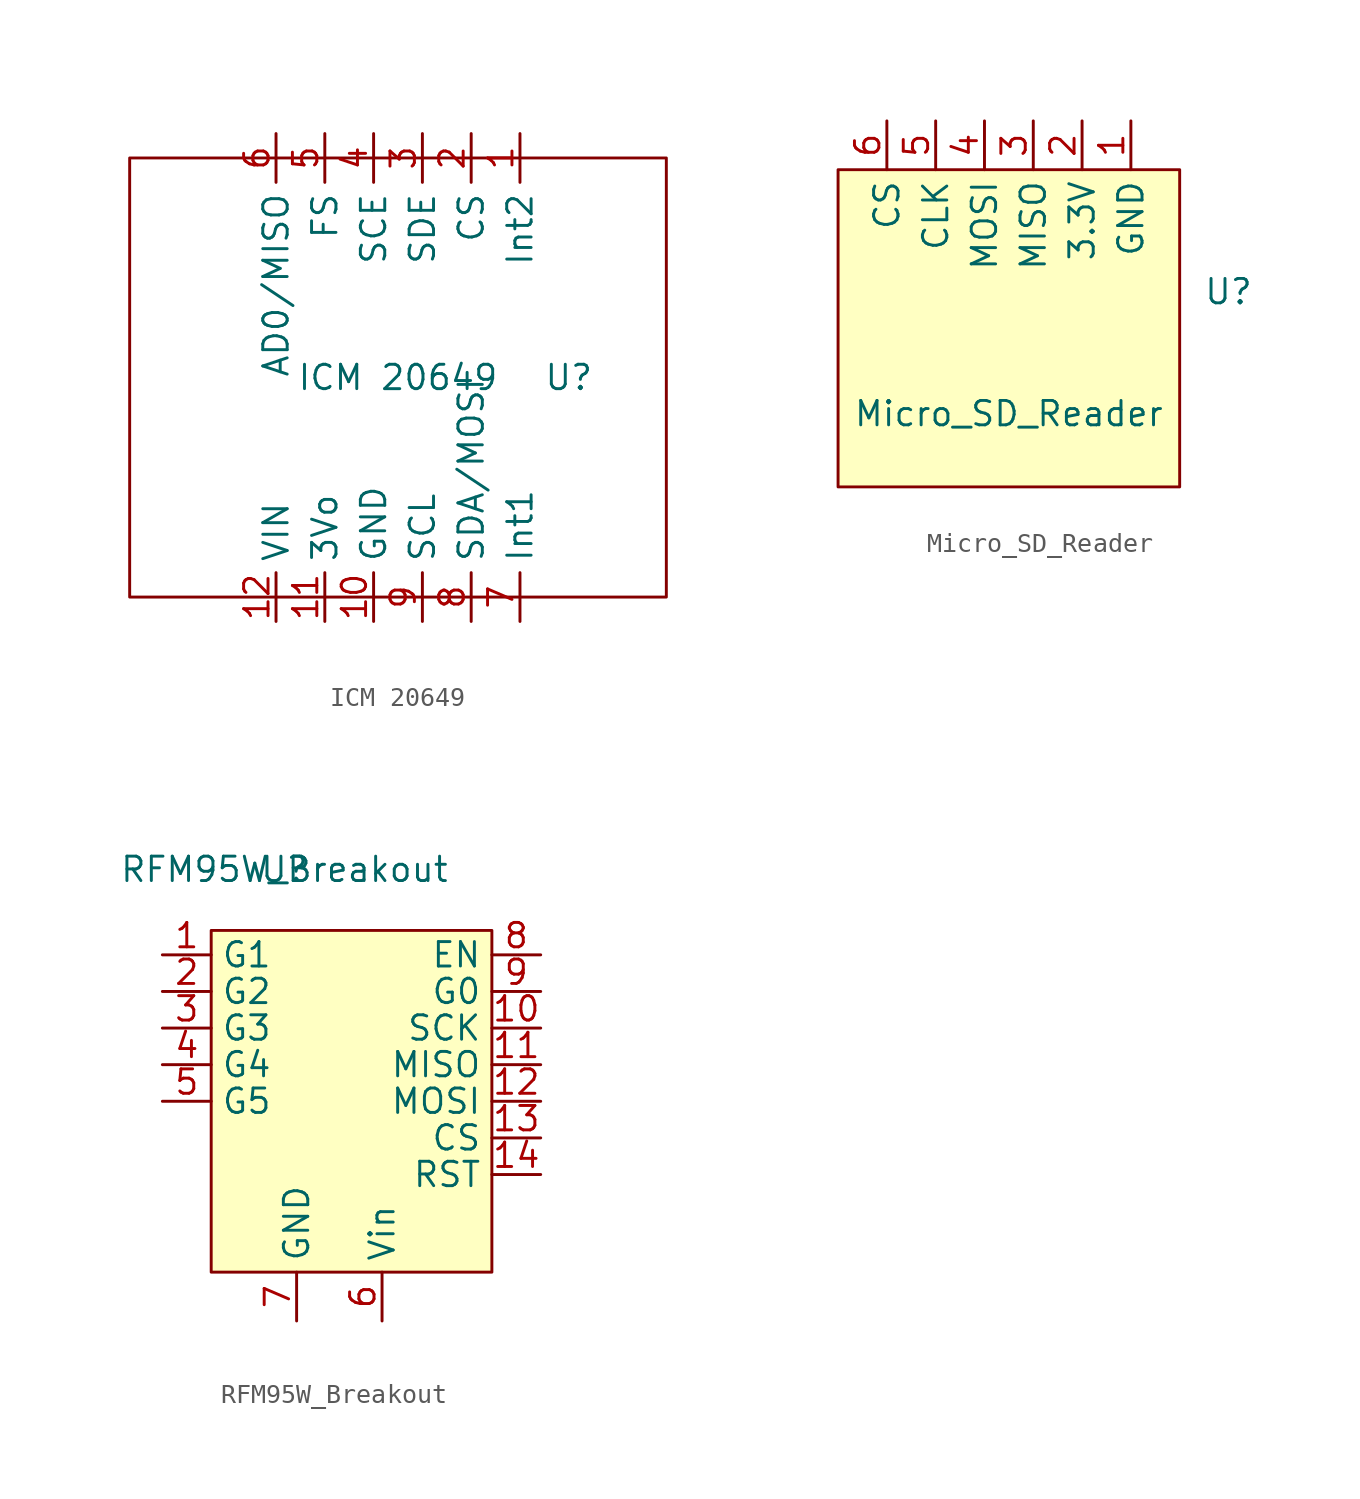
<source format=kicad_sym>
(kicad_symbol_lib
  (version 20211014)
  (generator kicad_symbol_editor)
  (symbol "ICM 20649"
    (property "Reference" "U"
      (at 8.89 0 0)
      (effects (font (size 1.27 1.27))))
    (property "Value" "ICM 20649"
      (at 0 0 0)
      (effects (font (size 1.27 1.27))))
    (symbol "ICM 20649_0_1"
      (rectangle (start -13.97 11.43) (end 13.97 -11.43) (stroke (width 0) (type default) (color 0 0 0 0)) (fill (type none))))
    (symbol "ICM 20649_1_1"
      (pin output line (at 6.35 12.7 270) (length 2.54) (name "Int2" (effects (font (size 1.27 1.27)))) (number "1" (effects (font (size 1.27 1.27)))))
      (pin power_in line (at -1.27 -12.7 90) (length 2.54) (name "GND" (effects (font (size 1.27 1.27)))) (number "10" (effects (font (size 1.27 1.27)))))
      (pin power_out line (at -3.81 -12.7 90) (length 2.54) (name "3Vo" (effects (font (size 1.27 1.27)))) (number "11" (effects (font (size 1.27 1.27)))))
      (pin power_in line (at -6.35 -12.7 90) (length 2.54) (name "VIN" (effects (font (size 1.27 1.27)))) (number "12" (effects (font (size 1.27 1.27)))))
      (pin input line (at 3.81 12.7 270) (length 2.54) (name "CS" (effects (font (size 1.27 1.27)))) (number "2" (effects (font (size 1.27 1.27)))))
      (pin unspecified line (at 1.27 12.7 270) (length 2.54) (name "SDE" (effects (font (size 1.27 1.27)))) (number "3" (effects (font (size 1.27 1.27)))))
      (pin unspecified line (at -1.27 12.7 270) (length 2.54) (name "SCE" (effects (font (size 1.27 1.27)))) (number "4" (effects (font (size 1.27 1.27)))))
      (pin input line (at -3.81 12.7 270) (length 2.54) (name "FS" (effects (font (size 1.27 1.27)))) (number "5" (effects (font (size 1.27 1.27)))))
      (pin output line (at -6.35 12.7 270) (length 2.54) (name "AD0/MISO" (effects (font (size 1.27 1.27)))) (number "6" (effects (font (size 1.27 1.27)))))
      (pin output line (at 6.35 -12.7 90) (length 2.54) (name "Int1" (effects (font (size 1.27 1.27)))) (number "7" (effects (font (size 1.27 1.27)))))
      (pin bidirectional line (at 3.81 -12.7 90) (length 2.54) (name "SDA/MOSI" (effects (font (size 1.27 1.27)))) (number "8" (effects (font (size 1.27 1.27)))))
      (pin input line (at 1.27 -12.7 90) (length 2.54) (name "SCL" (effects (font (size 1.27 1.27)))) (number "9" (effects (font (size 1.27 1.27)))))))
  (symbol "Micro_SD_Reader"
    (property "Reference" "U"
      (at 11.43 1.27 0)
      (effects (font (size 1.27 1.27))))
    (property "Value" "Micro_SD_Reader"
      (at 0 -5.08 0)
      (effects (font (size 1.27 1.27))))
    (symbol "Micro_SD_Reader_0_1"
      (rectangle (start -8.89 7.62) (end 8.89 -8.89) (stroke (width 0.152) (type default) (color 0 0 0 0)) (fill (type background))))
    (symbol "Micro_SD_Reader_1_1"
      (pin power_in line (at 6.35 10.16 270) (length 2.54) (name "GND" (effects (font (size 1.27 1.27)))) (number "1" (effects (font (size 1.27 1.27)))))
      (pin power_in line (at 3.81 10.16 270) (length 2.54) (name "3.3V" (effects (font (size 1.27 1.27)))) (number "2" (effects (font (size 1.27 1.27)))))
      (pin output line (at 1.27 10.16 270) (length 2.54) (name "MISO" (effects (font (size 1.27 1.27)))) (number "3" (effects (font (size 1.27 1.27)))))
      (pin input line (at -1.27 10.16 270) (length 2.54) (name "MOSI" (effects (font (size 1.27 1.27)))) (number "4" (effects (font (size 1.27 1.27)))))
      (pin input line (at -3.81 10.16 270) (length 2.54) (name "CLK" (effects (font (size 1.27 1.27)))) (number "5" (effects (font (size 1.27 1.27)))))
      (pin input line (at -6.35 10.16 270) (length 2.54) (name "CS" (effects (font (size 1.27 1.27)))) (number "6" (effects (font (size 1.27 1.27)))))))
  (symbol "RFM95W_Breakout"
    (property "Reference" "U"
      (at 0 0 0)
      (effects (font (size 1.27 1.27))))
    (property "Value" "RFM95W_Breakout"
      (at 0 0 0)
      (effects (font (size 1.27 1.27))))
    (symbol "RFM95W_Breakout_0_1"
      (rectangle (start -3.81 -3.175) (end 10.795 -20.955) (stroke (width 0.152) (type default) (color 0 0 0 0)) (fill (type background))))
    (symbol "RFM95W_Breakout_1_1"
      (pin bidirectional line (at -6.35 -4.445 0) (length 2.54) (name "G1" (effects (font (size 1.27 1.27)))) (number "1" (effects (font (size 1.27 1.27)))))
      (pin input line (at 13.335 -8.255 180) (length 2.54) (name "SCK" (effects (font (size 1.27 1.27)))) (number "10" (effects (font (size 1.27 1.27)))))
      (pin output line (at 13.335 -10.16 180) (length 2.54) (name "MISO" (effects (font (size 1.27 1.27)))) (number "11" (effects (font (size 1.27 1.27)))))
      (pin input line (at 13.335 -12.065 180) (length 2.54) (name "MOSI" (effects (font (size 1.27 1.27)))) (number "12" (effects (font (size 1.27 1.27)))))
      (pin input line (at 13.335 -13.97 180) (length 2.54) (name "CS" (effects (font (size 1.27 1.27)))) (number "13" (effects (font (size 1.27 1.27)))))
      (pin input line (at 13.335 -15.875 180) (length 2.54) (name "RST" (effects (font (size 1.27 1.27)))) (number "14" (effects (font (size 1.27 1.27)))))
      (pin bidirectional line (at -6.35 -6.35 0) (length 2.54) (name "G2" (effects (font (size 1.27 1.27)))) (number "2" (effects (font (size 1.27 1.27)))))
      (pin bidirectional line (at -6.35 -8.255 0) (length 2.54) (name "G3" (effects (font (size 1.27 1.27)))) (number "3" (effects (font (size 1.27 1.27)))))
      (pin bidirectional line (at -6.35 -10.16 0) (length 2.54) (name "G4" (effects (font (size 1.27 1.27)))) (number "4" (effects (font (size 1.27 1.27)))))
      (pin bidirectional line (at -6.35 -12.065 0) (length 2.54) (name "G5" (effects (font (size 1.27 1.27)))) (number "5" (effects (font (size 1.27 1.27)))))
      (pin input line (at 5.08 -23.495 90) (length 2.54) (name "Vin" (effects (font (size 1.27 1.27)))) (number "6" (effects (font (size 1.27 1.27)))))
      (pin input line (at 0.635 -23.495 90) (length 2.54) (name "GND" (effects (font (size 1.27 1.27)))) (number "7" (effects (font (size 1.27 1.27)))))
      (pin input line (at 13.335 -4.445 180) (length 2.54) (name "EN" (effects (font (size 1.27 1.27)))) (number "8" (effects (font (size 1.27 1.27)))))
      (pin bidirectional line (at 13.335 -6.35 180) (length 2.54) (name "G0" (effects (font (size 1.27 1.27)))) (number "9" (effects (font (size 1.27 1.27))))))))
</source>
